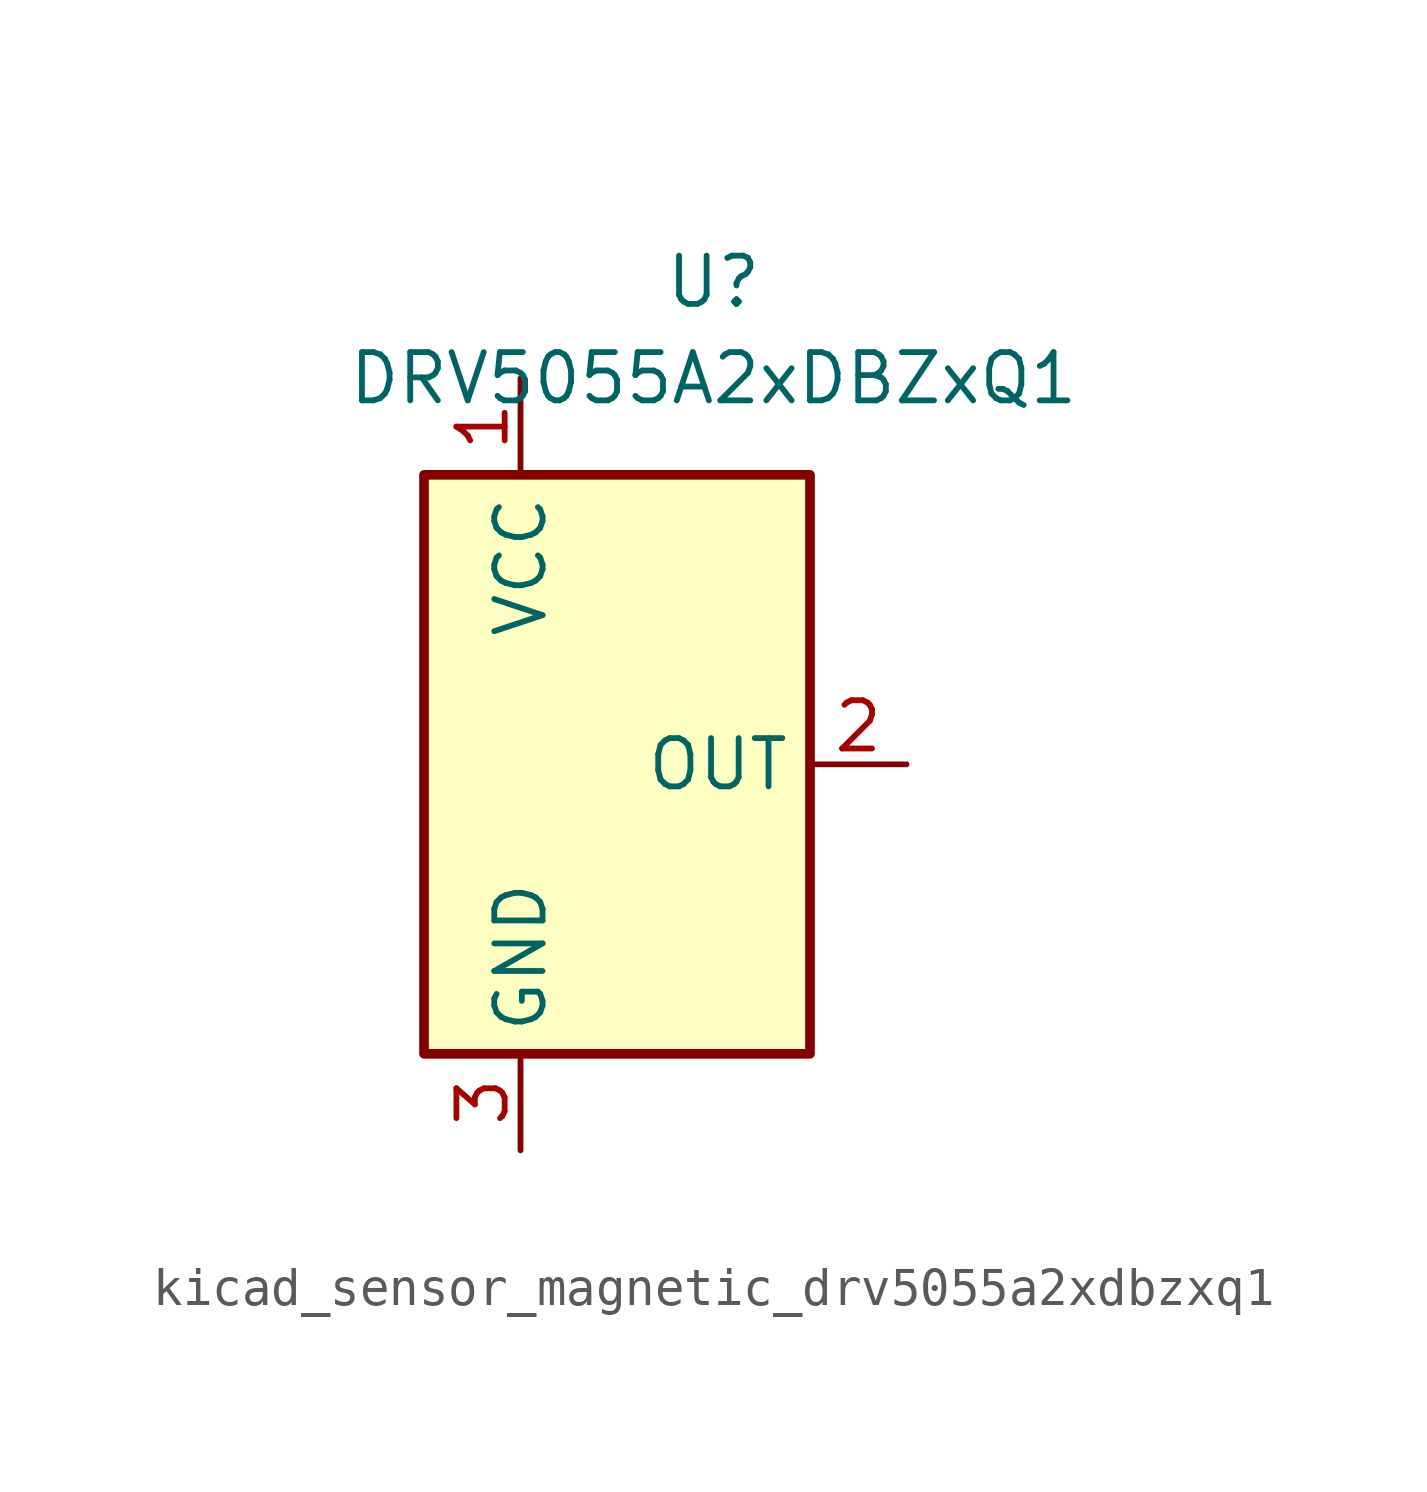
<source format=kicad_sym>
(kicad_symbol_lib
  (version 20220914)
  (generator kicad_symbol_editor)
  (symbol "kicad_sensor_magnetic_drv5055a2xdbzxq1"
    (property "Reference" "U"
      (at 2.54 12.7 0)
      (effects (font (size 1.27 1.27))))
    (property "Value" "DRV5055A2xDBZxQ1"
      (at 2.54 10.16 0)
      (effects (font (size 1.27 1.27))))
    (symbol "kicad_sensor_magnetic_drv5055a2xdbzxq1_1_1"
      (rectangle (start -5.08 7.62) (end 5.08 -7.62) (stroke (width 0.254) (type default)) (fill (type background)))
      (pin power_in line (at -2.54 10.16 270) (length 2.54) (name "VCC" (effects (font (size 1.27 1.27)))) (number "1" (effects (font (size 1.27 1.27)))))
      (pin output line (at 7.62 0 180) (length 2.54) (name "OUT" (effects (font (size 1.27 1.27)))) (number "2" (effects (font (size 1.27 1.27)))))
      (pin power_in line (at -2.54 -10.16 90) (length 2.54) (name "GND" (effects (font (size 1.27 1.27)))) (number "3" (effects (font (size 1.27 1.27))))))))
</source>
